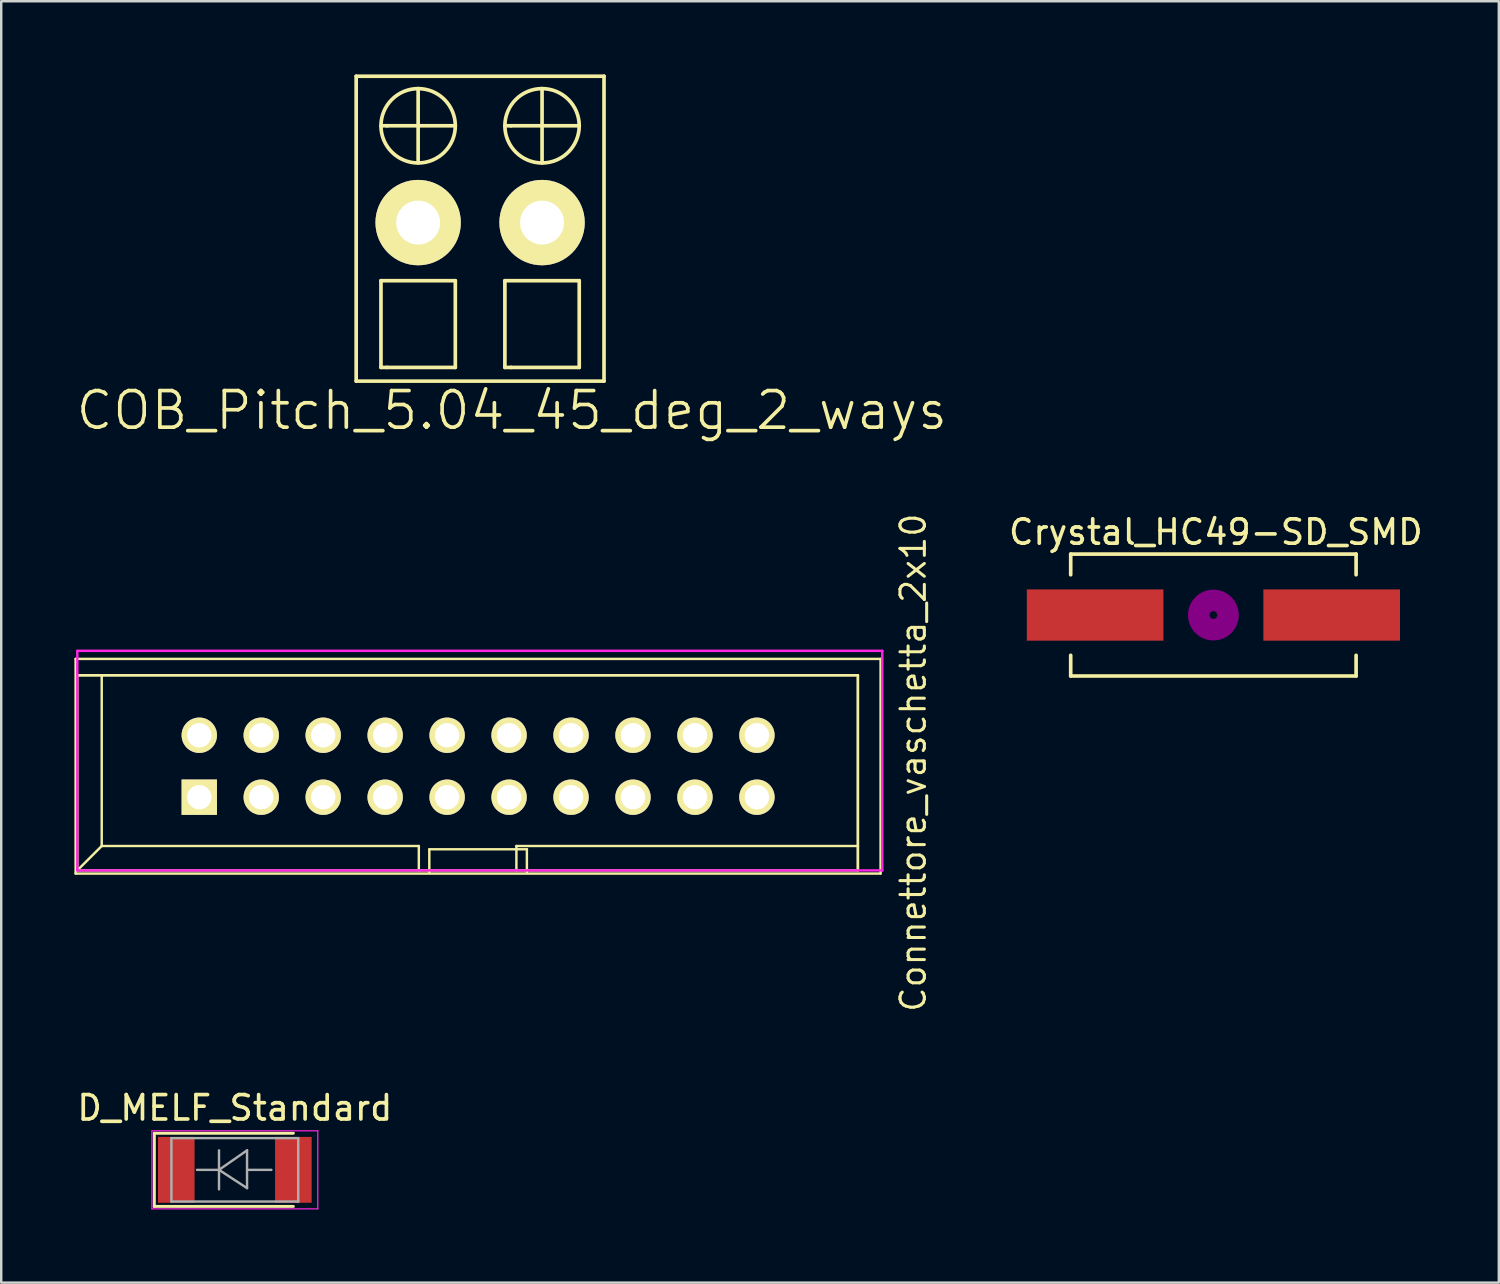
<source format=kicad_pcb>
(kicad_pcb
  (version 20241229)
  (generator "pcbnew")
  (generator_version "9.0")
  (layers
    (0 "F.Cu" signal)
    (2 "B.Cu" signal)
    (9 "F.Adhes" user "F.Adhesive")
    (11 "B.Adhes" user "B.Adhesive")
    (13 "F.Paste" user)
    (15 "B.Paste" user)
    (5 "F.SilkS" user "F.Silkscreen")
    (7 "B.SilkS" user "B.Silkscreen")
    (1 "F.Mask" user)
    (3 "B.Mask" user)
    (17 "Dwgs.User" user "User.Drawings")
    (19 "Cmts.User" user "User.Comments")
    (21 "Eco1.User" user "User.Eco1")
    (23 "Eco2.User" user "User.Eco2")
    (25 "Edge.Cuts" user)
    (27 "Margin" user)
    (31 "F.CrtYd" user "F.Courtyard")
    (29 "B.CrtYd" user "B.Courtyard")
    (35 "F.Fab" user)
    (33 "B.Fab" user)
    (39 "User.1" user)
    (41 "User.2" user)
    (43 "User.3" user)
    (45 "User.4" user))
  (footprint "Crystal_HC49-SD_SMD"
    (layer "F.Cu")
    (at 46.694 22.164)
    (property "Reference" "Crystal_HC49-SD_SMD" (at 0.1 -3.4 0) (layer "F.SilkS") (effects (font (size 1 1) (thickness 0.15))))
    (attr smd)
    (fp_line (start -5.85 -2.499) (end -5.85 -1.651) (stroke (width 0.15) (type solid)) (layer "F.SilkS"))
    (fp_line (start -5.85 2.499) (end -5.85 1.651) (stroke (width 0.15) (type solid)) (layer "F.SilkS"))
    (fp_line (start -5.85 2.499) (end 5.85 2.499) (stroke (width 0.15) (type solid)) (layer "F.SilkS"))
    (fp_line (start 5.85 -2.499) (end -5.85 -2.499) (stroke (width 0.15) (type solid)) (layer "F.SilkS"))
    (fp_line (start 5.85 -2.499) (end 5.85 -1.651) (stroke (width 0.15) (type solid)) (layer "F.SilkS"))
    (fp_line (start 5.85 2.499) (end 5.85 1.651) (stroke (width 0.15) (type solid)) (layer "F.SilkS"))
    (fp_circle (center 0 0) (end 0.15 0.051) (stroke (width 0.381) (type solid)) (fill no) (layer "F.Adhes"))
    (fp_circle (center 0 0) (end 0.5 0) (stroke (width 0.381) (type solid)) (fill no) (layer "F.Adhes"))
    (fp_circle (center 0 0) (end 0.851 0) (stroke (width 0.381) (type solid)) (fill no) (layer "F.Adhes"))
    (pad "1" smd rect (at -4.849 0) (size 5.601 2.101) (layers "F.Cu" "F.Mask" "F.Paste"))
    (pad "2" smd rect (at 4.849 0) (size 5.601 2.101) (layers "F.Cu" "F.Mask" "F.Paste")))
  (footprint "Connettore_vaschetta_2x10"
    (layer "F.Cu")
    (at 5.12 29.632)
    (property "Reference" "Connettore_vaschetta_2x10" (at 29.268 -1.415 90) (layer "F.SilkS") (effects (font (size 1 1) (thickness 0.125))))
    (attr through_hole)
    (fp_line (start -5.07 -5.67) (end 27.93 -5.67) (stroke (width 0.1) (type solid)) (layer "F.SilkS"))
    (fp_line (start -5.07 3.13) (end -5.07 -5.67) (stroke (width 0.1) (type solid)) (layer "F.SilkS"))
    (fp_line (start -5.07 3.13) (end 27.93 3.13) (stroke (width 0.1) (type solid)) (layer "F.SilkS"))
    (fp_line (start -5 -5) (end -5 3) (stroke (width 0.1) (type solid)) (layer "F.SilkS"))
    (fp_line (start -5 -5) (end -4 -5) (stroke (width 0.1) (type solid)) (layer "F.SilkS"))
    (fp_line (start -5 -5) (end 27 -5) (stroke (width 0.1) (type solid)) (layer "F.SilkS"))
    (fp_line (start -5 3) (end -4 2) (stroke (width 0.1) (type solid)) (layer "F.SilkS"))
    (fp_line (start -5 3) (end 27 3) (stroke (width 0.1) (type solid)) (layer "F.SilkS"))
    (fp_line (start -4 -5) (end -4 2) (stroke (width 0.1) (type solid)) (layer "F.SilkS"))
    (fp_line (start -4 -5) (end 27 -5) (stroke (width 0.1) (type solid)) (layer "F.SilkS"))
    (fp_line (start -4 2) (end 9 2) (stroke (width 0.1) (type solid)) (layer "F.SilkS"))
    (fp_line (start 9 2) (end 9 3) (stroke (width 0.1) (type solid)) (layer "F.SilkS"))
    (fp_line (start 9.43 2.134) (end 13.43 2.134) (stroke (width 0.1) (type solid)) (layer "F.SilkS"))
    (fp_line (start 9.43 3.099) (end 9.43 2.134) (stroke (width 0.1) (type solid)) (layer "F.SilkS"))
    (fp_line (start 13 2) (end 13 3) (stroke (width 0.1) (type solid)) (layer "F.SilkS"))
    (fp_line (start 13 2) (end 27 2) (stroke (width 0.1) (type solid)) (layer "F.SilkS"))
    (fp_line (start 13.43 2.134) (end 13.43 3.099) (stroke (width 0.1) (type solid)) (layer "F.SilkS"))
    (fp_line (start 27 -5) (end 27 -5) (stroke (width 0.1) (type solid)) (layer "F.SilkS"))
    (fp_line (start 27 -5) (end 27 2) (stroke (width 0.1) (type solid)) (layer "F.SilkS"))
    (fp_line (start 27 -5) (end 27 3) (stroke (width 0.1) (type solid)) (layer "F.SilkS"))
    (fp_line (start 27 3) (end 27 2) (stroke (width 0.1) (type solid)) (layer "F.SilkS"))
    (fp_line (start 27.93 -5.67) (end 27.93 3.13) (stroke (width 0.1) (type solid)) (layer "F.SilkS"))
    (fp_line (start -5 -6) (end 28 -6) (stroke (width 0.1) (type solid)) (layer "F.CrtYd"))
    (fp_line (start -5 3) (end -5 -6) (stroke (width 0.1) (type solid)) (layer "F.CrtYd"))
    (fp_line (start 28 -6) (end 28 3) (stroke (width 0.1) (type solid)) (layer "F.CrtYd"))
    (fp_line (start 28 3) (end -5 3) (stroke (width 0.1) (type solid)) (layer "F.CrtYd"))
    (pad "1" thru_hole rect (at 0 0) (size 1.45 1.45) (drill 1) (layers "*.Cu" "*.Mask" "F.SilkS"))
    (pad "2" thru_hole oval (at 0 -2.54) (size 1.45 1.45) (drill 1) (layers "*.Cu" "*.Mask" "F.SilkS"))
    (pad "3" thru_hole oval (at 2.54 0) (size 1.45 1.45) (drill 1) (layers "*.Cu" "*.Mask" "F.SilkS"))
    (pad "4" thru_hole oval (at 2.54 -2.54) (size 1.45 1.45) (drill 1) (layers "*.Cu" "*.Mask" "F.SilkS"))
    (pad "5" thru_hole oval (at 5.08 0) (size 1.45 1.45) (drill 1) (layers "*.Cu" "*.Mask" "F.SilkS"))
    (pad "6" thru_hole oval (at 5.08 -2.54) (size 1.45 1.45) (drill 1) (layers "*.Cu" "*.Mask" "F.SilkS"))
    (pad "7" thru_hole oval (at 7.62 0) (size 1.45 1.45) (drill 1) (layers "*.Cu" "*.Mask" "F.SilkS"))
    (pad "8" thru_hole oval (at 7.62 -2.54) (size 1.45 1.45) (drill 1) (layers "*.Cu" "*.Mask" "F.SilkS"))
    (pad "9" thru_hole oval (at 10.16 0) (size 1.45 1.45) (drill 1) (layers "*.Cu" "*.Mask" "F.SilkS"))
    (pad "10" thru_hole oval (at 10.16 -2.54) (size 1.45 1.45) (drill 1) (layers "*.Cu" "*.Mask" "F.SilkS"))
    (pad "11" thru_hole oval (at 12.7 0) (size 1.45 1.45) (drill 1) (layers "*.Cu" "*.Mask" "F.SilkS"))
    (pad "12" thru_hole oval (at 12.7 -2.54) (size 1.45 1.45) (drill 1) (layers "*.Cu" "*.Mask" "F.SilkS"))
    (pad "13" thru_hole oval (at 15.24 0) (size 1.45 1.45) (drill 1) (layers "*.Cu" "*.Mask" "F.SilkS"))
    (pad "14" thru_hole oval (at 15.24 -2.54) (size 1.45 1.45) (drill 1) (layers "*.Cu" "*.Mask" "F.SilkS"))
    (pad "15" thru_hole oval (at 17.78 0) (size 1.45 1.45) (drill 1) (layers "*.Cu" "*.Mask" "F.SilkS"))
    (pad "16" thru_hole oval (at 17.78 -2.54) (size 1.45 1.45) (drill 1) (layers "*.Cu" "*.Mask" "F.SilkS"))
    (pad "17" thru_hole oval (at 20.32 0) (size 1.45 1.45) (drill 1) (layers "*.Cu" "*.Mask" "F.SilkS"))
    (pad "18" thru_hole oval (at 20.32 -2.54) (size 1.45 1.45) (drill 1) (layers "*.Cu" "*.Mask" "F.SilkS"))
    (pad "19" thru_hole oval (at 22.86 0) (size 1.45 1.45) (drill 1) (layers "*.Cu" "*.Mask" "F.SilkS"))
    (pad "20" thru_hole oval (at 22.86 -2.54) (size 1.45 1.45) (drill 1) (layers "*.Cu" "*.Mask" "F.SilkS")))
  (footprint "COB_Pitch_5.04_45_deg_2_ways"
    (layer "F.Cu")
    (at 16.632 6.075)
    (property "Reference" "COB_Pitch_5.04_45_deg_2_ways" (at 1.3 7.7 0) (layer "F.SilkS") (effects (font (size 1.5 1.5) (thickness 0.15))))
    (attr through_hole)
    (fp_line (start -5.08 -6) (end -5.08 6.5) (stroke (width 0.15) (type solid)) (layer "F.SilkS"))
    (fp_line (start -4.064 2.382) (end -4.064 5.938) (stroke (width 0.15) (type solid)) (layer "F.SilkS"))
    (fp_line (start -4.064 2.382) (end -1.016 2.382) (stroke (width 0.15) (type solid)) (layer "F.SilkS"))
    (fp_line (start -4.064 5.938) (end -3.81 5.938) (stroke (width 0.15) (type solid)) (layer "F.SilkS"))
    (fp_line (start -3.81 -3.968) (end -4.064 -3.968) (stroke (width 0.15) (type solid)) (layer "F.SilkS"))
    (fp_line (start -2.54 -2.444) (end -2.54 -5.492) (stroke (width 0.15) (type solid)) (layer "F.SilkS"))
    (fp_line (start -1.016 -3.968) (end -3.81 -3.968) (stroke (width 0.15) (type solid)) (layer "F.SilkS"))
    (fp_line (start -1.016 5.938) (end -3.81 5.938) (stroke (width 0.15) (type solid)) (layer "F.SilkS"))
    (fp_line (start -1.016 5.938) (end -1.016 2.382) (stroke (width 0.15) (type solid)) (layer "F.SilkS"))
    (fp_line (start 1.016 2.382) (end 1.016 5.938) (stroke (width 0.15) (type solid)) (layer "F.SilkS"))
    (fp_line (start 1.016 2.382) (end 4.064 2.382) (stroke (width 0.15) (type solid)) (layer "F.SilkS"))
    (fp_line (start 1.016 5.938) (end 1.27 5.938) (stroke (width 0.15) (type solid)) (layer "F.SilkS"))
    (fp_line (start 1.27 -3.968) (end 1.016 -3.968) (stroke (width 0.15) (type solid)) (layer "F.SilkS"))
    (fp_line (start 2.54 -2.444) (end 2.54 -5.492) (stroke (width 0.15) (type solid)) (layer "F.SilkS"))
    (fp_line (start 4.064 -3.968) (end 1.27 -3.968) (stroke (width 0.15) (type solid)) (layer "F.SilkS"))
    (fp_line (start 4.064 5.938) (end 1.27 5.938) (stroke (width 0.15) (type solid)) (layer "F.SilkS"))
    (fp_line (start 4.064 5.938) (end 4.064 2.382) (stroke (width 0.15) (type solid)) (layer "F.SilkS"))
    (fp_line (start 5.08 -6) (end -5.08 -6) (stroke (width 0.15) (type solid)) (layer "F.SilkS"))
    (fp_line (start 5.08 -6) (end 5.08 6.5) (stroke (width 0.15) (type solid)) (layer "F.SilkS"))
    (fp_line (start 5.08 6.5) (end -5.08 6.5) (stroke (width 0.15) (type solid)) (layer "F.SilkS"))
    (fp_circle (center -2.54 -3.968) (end -2.54 -5.492) (stroke (width 0.15) (type solid)) (fill no) (layer "F.SilkS"))
    (fp_circle (center 2.54 -3.968) (end 2.54 -5.492) (stroke (width 0.15) (type solid)) (fill no) (layer "F.SilkS"))
    (pad "1" thru_hole circle (at 2.54 0 180) (size 3.5 3.5) (drill 1.8) (layers "*.Cu" "*.Mask" "F.SilkS"))
    (pad "2" thru_hole circle (at -2.54 0 180) (size 3.5 3.5) (drill 1.8) (layers "*.Cu" "*.Mask" "F.SilkS")))
  (footprint "D_MELF_Standard"
    (layer "F.Cu")
    (at 6.577 44.908)
    (property "Reference" "D_MELF_Standard" (at 0 -2.54 0) (layer "F.SilkS") (effects (font (size 1 1) (thickness 0.15))))
    (attr smd)
    (fp_line (start -3.3 -1.5) (end -3.3 1.5) (stroke (width 0.12) (type solid)) (layer "F.SilkS"))
    (fp_line (start -3.3 1.5) (end 2.4 1.5) (stroke (width 0.12) (type solid)) (layer "F.SilkS"))
    (fp_line (start 2.4 -1.5) (end -3.3 -1.5) (stroke (width 0.12) (type solid)) (layer "F.SilkS"))
    (fp_line (start -3.4 -1.6) (end 3.4 -1.6) (stroke (width 0.05) (type solid)) (layer "F.CrtYd"))
    (fp_line (start -3.4 1.6) (end -3.4 -1.6) (stroke (width 0.05) (type solid)) (layer "F.CrtYd"))
    (fp_line (start 3.4 -1.6) (end 3.4 1.6) (stroke (width 0.05) (type solid)) (layer "F.CrtYd"))
    (fp_line (start 3.4 1.6) (end -3.4 1.6) (stroke (width 0.05) (type solid)) (layer "F.CrtYd"))
    (fp_line (start -2.6 -1.3) (end -2.6 1.3) (stroke (width 0.1) (type solid)) (layer "F.Fab"))
    (fp_line (start -2.6 1.3) (end 2.6 1.3) (stroke (width 0.1) (type solid)) (layer "F.Fab"))
    (fp_line (start -0.649 -0.799) (end -0.649 0.801) (stroke (width 0.1) (type solid)) (layer "F.Fab"))
    (fp_line (start -0.649 0.001) (end -1.551 0.001) (stroke (width 0.1) (type solid)) (layer "F.Fab"))
    (fp_line (start -0.649 0.001) (end 0.501 -0.799) (stroke (width 0.1) (type solid)) (layer "F.Fab"))
    (fp_line (start -0.649 0.001) (end 0.501 0.75) (stroke (width 0.1) (type solid)) (layer "F.Fab"))
    (fp_line (start 0.501 0.001) (end 1.499 0.001) (stroke (width 0.1) (type solid)) (layer "F.Fab"))
    (fp_line (start 0.501 0.75) (end 0.501 -0.799) (stroke (width 0.1) (type solid)) (layer "F.Fab"))
    (fp_line (start 2.6 -1.3) (end -2.6 -1.3) (stroke (width 0.1) (type solid)) (layer "F.Fab"))
    (fp_line (start 2.6 1.3) (end 2.6 -1.3) (stroke (width 0.1) (type solid)) (layer "F.Fab"))
    (pad "1" smd rect (at 2.4 0) (size 1.5 2.7) (layers "F.Cu" "F.Mask" "F.Paste"))
    (pad "2" smd rect (at -2.4 0) (size 1.5 2.7) (layers "F.Cu" "F.Mask" "F.Paste")))
  (gr_rect
    (start -3 -3)
    (end 58.395 49.533)
    (stroke (width 0.1) (type default))
    (fill no)
    (layer "Edge.Cuts")))
</source>
